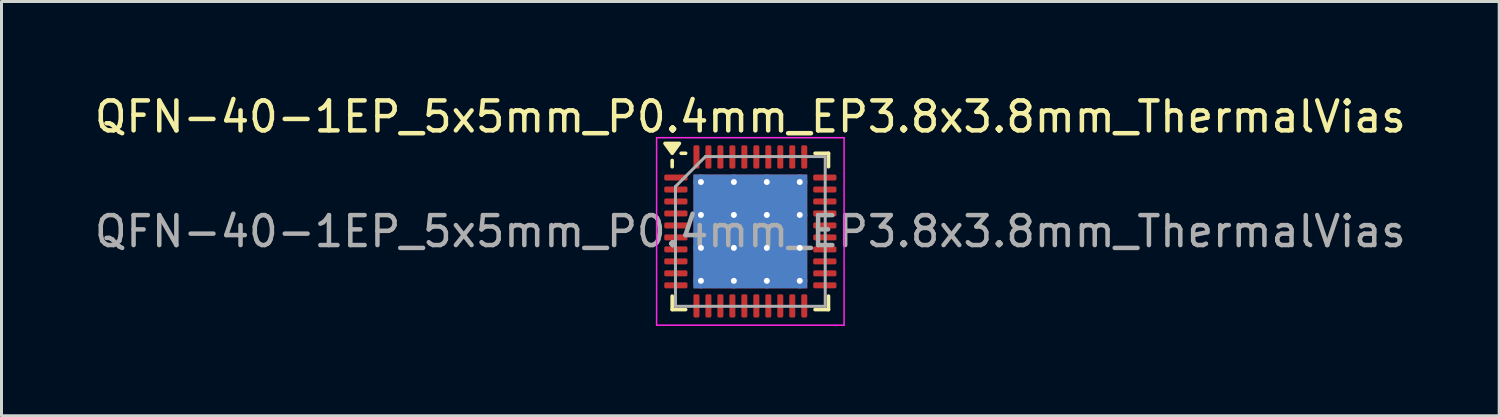
<source format=kicad_pcb>
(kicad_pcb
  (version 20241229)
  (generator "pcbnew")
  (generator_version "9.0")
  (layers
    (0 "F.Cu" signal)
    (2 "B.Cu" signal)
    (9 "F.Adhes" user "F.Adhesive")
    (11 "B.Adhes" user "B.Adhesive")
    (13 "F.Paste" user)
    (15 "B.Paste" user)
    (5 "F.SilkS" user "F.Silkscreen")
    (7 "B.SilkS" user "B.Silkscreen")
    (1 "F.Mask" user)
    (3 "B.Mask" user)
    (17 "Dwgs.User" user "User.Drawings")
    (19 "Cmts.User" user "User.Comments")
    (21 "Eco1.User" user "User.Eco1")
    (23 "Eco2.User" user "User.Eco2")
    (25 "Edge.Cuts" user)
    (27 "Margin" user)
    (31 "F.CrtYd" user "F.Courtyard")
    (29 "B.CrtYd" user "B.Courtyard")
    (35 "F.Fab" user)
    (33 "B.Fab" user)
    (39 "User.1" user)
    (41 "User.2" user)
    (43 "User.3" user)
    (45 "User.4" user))
  (footprint "QFN-40-1EP_5x5mm_P0.4mm_EP3.8x3.8mm_ThermalVias"
    (layer "F.Cu")
    (at 22.006 4.678)
    (property "Reference" "QFN-40-1EP_5x5mm_P0.4mm_EP3.8x3.8mm_ThermalVias" (at 0 -3.83 0) (layer "F.SilkS") (effects (font (size 1 1) (thickness 0.15))))
    (attr smd)
    (fp_line (start -2.61 -2.16) (end -2.61 -2.37) (stroke (width 0.12) (type solid)) (layer "F.SilkS"))
    (fp_line (start -2.61 2.61) (end -2.61 2.16) (stroke (width 0.12) (type solid)) (layer "F.SilkS"))
    (fp_line (start -2.16 -2.61) (end -2.31 -2.61) (stroke (width 0.12) (type solid)) (layer "F.SilkS"))
    (fp_line (start -2.16 2.61) (end -2.61 2.61) (stroke (width 0.12) (type solid)) (layer "F.SilkS"))
    (fp_line (start 2.16 -2.61) (end 2.61 -2.61) (stroke (width 0.12) (type solid)) (layer "F.SilkS"))
    (fp_line (start 2.16 2.61) (end 2.61 2.61) (stroke (width 0.12) (type solid)) (layer "F.SilkS"))
    (fp_line (start 2.61 -2.61) (end 2.61 -2.16) (stroke (width 0.12) (type solid)) (layer "F.SilkS"))
    (fp_line (start 2.61 2.61) (end 2.61 2.16) (stroke (width 0.12) (type solid)) (layer "F.SilkS"))
    (fp_poly (pts (xy -2.61 -2.61) (xy -2.85 -2.94) (xy -2.37 -2.94) (xy -2.61 -2.61)) (stroke (width 0.12) (type solid)) (fill yes) (layer "F.SilkS"))
    (fp_line (start -3.13 -3.13) (end -3.13 3.13) (stroke (width 0.05) (type solid)) (layer "F.CrtYd"))
    (fp_line (start -3.13 3.13) (end 3.13 3.13) (stroke (width 0.05) (type solid)) (layer "F.CrtYd"))
    (fp_line (start 3.13 -3.13) (end -3.13 -3.13) (stroke (width 0.05) (type solid)) (layer "F.CrtYd"))
    (fp_line (start 3.13 3.13) (end 3.13 -3.13) (stroke (width 0.05) (type solid)) (layer "F.CrtYd"))
    (fp_line (start -2.5 -1.5) (end -1.5 -2.5) (stroke (width 0.1) (type solid)) (layer "F.Fab"))
    (fp_line (start -2.5 2.5) (end -2.5 -1.5) (stroke (width 0.1) (type solid)) (layer "F.Fab"))
    (fp_line (start -1.5 -2.5) (end 2.5 -2.5) (stroke (width 0.1) (type solid)) (layer "F.Fab"))
    (fp_line (start 2.5 -2.5) (end 2.5 2.5) (stroke (width 0.1) (type solid)) (layer "F.Fab"))
    (fp_line (start 2.5 2.5) (end -2.5 2.5) (stroke (width 0.1) (type solid)) (layer "F.Fab"))
    (fp_text user "${REFERENCE}" (at 0 0 0) (layer "F.Fab") (effects (font (size 1 1) (thickness 0.15))))
    (pad "" smd custom (at -1.1 -1.1) (size 0.865 0.865) (layers "F.Paste") (options (anchor circle)) (primitives (gr_poly (pts (xy -0.375 -0.279) (xy -0.279 -0.375) (xy 0.279 -0.375) (xy 0.375 -0.279) (xy 0.375 0.279) (xy 0.279 0.375) (xy -0.279 0.375) (xy -0.375 0.279)) (width 0.232) (fill yes))))
    (pad "" smd custom (at -1.1 0) (size 0.865 0.865) (layers "F.Paste") (options (anchor circle)) (primitives (gr_poly (pts (xy -0.375 -0.279) (xy -0.279 -0.375) (xy 0.279 -0.375) (xy 0.375 -0.279) (xy 0.375 0.279) (xy 0.279 0.375) (xy -0.279 0.375) (xy -0.375 0.279)) (width 0.232) (fill yes))))
    (pad "" smd custom (at -1.1 1.1) (size 0.865 0.865) (layers "F.Paste") (options (anchor circle)) (primitives (gr_poly (pts (xy -0.375 -0.279) (xy -0.279 -0.375) (xy 0.279 -0.375) (xy 0.375 -0.279) (xy 0.375 0.279) (xy 0.279 0.375) (xy -0.279 0.375) (xy -0.375 0.279)) (width 0.232) (fill yes))))
    (pad "" smd custom (at 0 -1.1) (size 0.865 0.865) (layers "F.Paste") (options (anchor circle)) (primitives (gr_poly (pts (xy -0.375 -0.279) (xy -0.279 -0.375) (xy 0.279 -0.375) (xy 0.375 -0.279) (xy 0.375 0.279) (xy 0.279 0.375) (xy -0.279 0.375) (xy -0.375 0.279)) (width 0.232) (fill yes))))
    (pad "" smd custom (at 0 0) (size 0.865 0.865) (layers "F.Paste") (options (anchor circle)) (primitives (gr_poly (pts (xy -0.375 -0.279) (xy -0.279 -0.375) (xy 0.279 -0.375) (xy 0.375 -0.279) (xy 0.375 0.279) (xy 0.279 0.375) (xy -0.279 0.375) (xy -0.375 0.279)) (width 0.232) (fill yes))))
    (pad "" smd custom (at 0 1.1) (size 0.865 0.865) (layers "F.Paste") (options (anchor circle)) (primitives (gr_poly (pts (xy -0.375 -0.279) (xy -0.279 -0.375) (xy 0.279 -0.375) (xy 0.375 -0.279) (xy 0.375 0.279) (xy 0.279 0.375) (xy -0.279 0.375) (xy -0.375 0.279)) (width 0.232) (fill yes))))
    (pad "" smd custom (at 1.1 -1.1) (size 0.865 0.865) (layers "F.Paste") (options (anchor circle)) (primitives (gr_poly (pts (xy -0.375 -0.279) (xy -0.279 -0.375) (xy 0.279 -0.375) (xy 0.375 -0.279) (xy 0.375 0.279) (xy 0.279 0.375) (xy -0.279 0.375) (xy -0.375 0.279)) (width 0.232) (fill yes))))
    (pad "" smd custom (at 1.1 0) (size 0.865 0.865) (layers "F.Paste") (options (anchor circle)) (primitives (gr_poly (pts (xy -0.375 -0.279) (xy -0.279 -0.375) (xy 0.279 -0.375) (xy 0.375 -0.279) (xy 0.375 0.279) (xy 0.279 0.375) (xy -0.279 0.375) (xy -0.375 0.279)) (width 0.232) (fill yes))))
    (pad "" smd custom (at 1.1 1.1) (size 0.865 0.865) (layers "F.Paste") (options (anchor circle)) (primitives (gr_poly (pts (xy -0.375 -0.279) (xy -0.279 -0.375) (xy 0.279 -0.375) (xy 0.375 -0.279) (xy 0.375 0.279) (xy 0.279 0.375) (xy -0.279 0.375) (xy -0.375 0.279)) (width 0.232) (fill yes))))
    (pad "1" smd roundrect (at -2.487 -1.8) (size 0.775 0.2) (layers "F.Cu" "F.Mask" "F.Paste") (roundrect_rratio 0.25))
    (pad "2" smd roundrect (at -2.487 -1.4) (size 0.775 0.2) (layers "F.Cu" "F.Mask" "F.Paste") (roundrect_rratio 0.25))
    (pad "3" smd roundrect (at -2.487 -1) (size 0.775 0.2) (layers "F.Cu" "F.Mask" "F.Paste") (roundrect_rratio 0.25))
    (pad "4" smd roundrect (at -2.487 -0.6) (size 0.775 0.2) (layers "F.Cu" "F.Mask" "F.Paste") (roundrect_rratio 0.25))
    (pad "5" smd roundrect (at -2.487 -0.2) (size 0.775 0.2) (layers "F.Cu" "F.Mask" "F.Paste") (roundrect_rratio 0.25))
    (pad "6" smd roundrect (at -2.487 0.2) (size 0.775 0.2) (layers "F.Cu" "F.Mask" "F.Paste") (roundrect_rratio 0.25))
    (pad "7" smd roundrect (at -2.487 0.6) (size 0.775 0.2) (layers "F.Cu" "F.Mask" "F.Paste") (roundrect_rratio 0.25))
    (pad "8" smd roundrect (at -2.487 1) (size 0.775 0.2) (layers "F.Cu" "F.Mask" "F.Paste") (roundrect_rratio 0.25))
    (pad "9" smd roundrect (at -2.487 1.4) (size 0.775 0.2) (layers "F.Cu" "F.Mask" "F.Paste") (roundrect_rratio 0.25))
    (pad "10" smd roundrect (at -2.487 1.8) (size 0.775 0.2) (layers "F.Cu" "F.Mask" "F.Paste") (roundrect_rratio 0.25))
    (pad "11" smd roundrect (at -1.8 2.487) (size 0.2 0.775) (layers "F.Cu" "F.Mask" "F.Paste") (roundrect_rratio 0.25))
    (pad "12" smd roundrect (at -1.4 2.487) (size 0.2 0.775) (layers "F.Cu" "F.Mask" "F.Paste") (roundrect_rratio 0.25))
    (pad "13" smd roundrect (at -1 2.487) (size 0.2 0.775) (layers "F.Cu" "F.Mask" "F.Paste") (roundrect_rratio 0.25))
    (pad "14" smd roundrect (at -0.6 2.487) (size 0.2 0.775) (layers "F.Cu" "F.Mask" "F.Paste") (roundrect_rratio 0.25))
    (pad "15" smd roundrect (at -0.2 2.487) (size 0.2 0.775) (layers "F.Cu" "F.Mask" "F.Paste") (roundrect_rratio 0.25))
    (pad "16" smd roundrect (at 0.2 2.487) (size 0.2 0.775) (layers "F.Cu" "F.Mask" "F.Paste") (roundrect_rratio 0.25))
    (pad "17" smd roundrect (at 0.6 2.487) (size 0.2 0.775) (layers "F.Cu" "F.Mask" "F.Paste") (roundrect_rratio 0.25))
    (pad "18" smd roundrect (at 1 2.487) (size 0.2 0.775) (layers "F.Cu" "F.Mask" "F.Paste") (roundrect_rratio 0.25))
    (pad "19" smd roundrect (at 1.4 2.487) (size 0.2 0.775) (layers "F.Cu" "F.Mask" "F.Paste") (roundrect_rratio 0.25))
    (pad "20" smd roundrect (at 1.8 2.487) (size 0.2 0.775) (layers "F.Cu" "F.Mask" "F.Paste") (roundrect_rratio 0.25))
    (pad "21" smd roundrect (at 2.487 1.8) (size 0.775 0.2) (layers "F.Cu" "F.Mask" "F.Paste") (roundrect_rratio 0.25))
    (pad "22" smd roundrect (at 2.487 1.4) (size 0.775 0.2) (layers "F.Cu" "F.Mask" "F.Paste") (roundrect_rratio 0.25))
    (pad "23" smd roundrect (at 2.487 1) (size 0.775 0.2) (layers "F.Cu" "F.Mask" "F.Paste") (roundrect_rratio 0.25))
    (pad "24" smd roundrect (at 2.487 0.6) (size 0.775 0.2) (layers "F.Cu" "F.Mask" "F.Paste") (roundrect_rratio 0.25))
    (pad "25" smd roundrect (at 2.487 0.2) (size 0.775 0.2) (layers "F.Cu" "F.Mask" "F.Paste") (roundrect_rratio 0.25))
    (pad "26" smd roundrect (at 2.487 -0.2) (size 0.775 0.2) (layers "F.Cu" "F.Mask" "F.Paste") (roundrect_rratio 0.25))
    (pad "27" smd roundrect (at 2.487 -0.6) (size 0.775 0.2) (layers "F.Cu" "F.Mask" "F.Paste") (roundrect_rratio 0.25))
    (pad "28" smd roundrect (at 2.487 -1) (size 0.775 0.2) (layers "F.Cu" "F.Mask" "F.Paste") (roundrect_rratio 0.25))
    (pad "29" smd roundrect (at 2.487 -1.4) (size 0.775 0.2) (layers "F.Cu" "F.Mask" "F.Paste") (roundrect_rratio 0.25))
    (pad "30" smd roundrect (at 2.487 -1.8) (size 0.775 0.2) (layers "F.Cu" "F.Mask" "F.Paste") (roundrect_rratio 0.25))
    (pad "31" smd roundrect (at 1.8 -2.487) (size 0.2 0.775) (layers "F.Cu" "F.Mask" "F.Paste") (roundrect_rratio 0.25))
    (pad "32" smd roundrect (at 1.4 -2.487) (size 0.2 0.775) (layers "F.Cu" "F.Mask" "F.Paste") (roundrect_rratio 0.25))
    (pad "33" smd roundrect (at 1 -2.487) (size 0.2 0.775) (layers "F.Cu" "F.Mask" "F.Paste") (roundrect_rratio 0.25))
    (pad "34" smd roundrect (at 0.6 -2.487) (size 0.2 0.775) (layers "F.Cu" "F.Mask" "F.Paste") (roundrect_rratio 0.25))
    (pad "35" smd roundrect (at 0.2 -2.487) (size 0.2 0.775) (layers "F.Cu" "F.Mask" "F.Paste") (roundrect_rratio 0.25))
    (pad "36" smd roundrect (at -0.2 -2.487) (size 0.2 0.775) (layers "F.Cu" "F.Mask" "F.Paste") (roundrect_rratio 0.25))
    (pad "37" smd roundrect (at -0.6 -2.487) (size 0.2 0.775) (layers "F.Cu" "F.Mask" "F.Paste") (roundrect_rratio 0.25))
    (pad "38" smd roundrect (at -1 -2.487) (size 0.2 0.775) (layers "F.Cu" "F.Mask" "F.Paste") (roundrect_rratio 0.25))
    (pad "39" smd roundrect (at -1.4 -2.487) (size 0.2 0.775) (layers "F.Cu" "F.Mask" "F.Paste") (roundrect_rratio 0.25))
    (pad "40" smd roundrect (at -1.8 -2.487) (size 0.2 0.775) (layers "F.Cu" "F.Mask" "F.Paste") (roundrect_rratio 0.25))
    (pad "41" thru_hole circle (at -1.65 -1.65) (size 0.5 0.5) (drill 0.2) (property pad_prop_heatsink) (layers "*.Cu"))
    (pad "41" thru_hole circle (at -1.65 -0.55) (size 0.5 0.5) (drill 0.2) (property pad_prop_heatsink) (layers "*.Cu"))
    (pad "41" thru_hole circle (at -1.65 0.55) (size 0.5 0.5) (drill 0.2) (property pad_prop_heatsink) (layers "*.Cu"))
    (pad "41" thru_hole circle (at -1.65 1.65) (size 0.5 0.5) (drill 0.2) (property pad_prop_heatsink) (layers "*.Cu"))
    (pad "41" thru_hole circle (at -0.55 -1.65) (size 0.5 0.5) (drill 0.2) (property pad_prop_heatsink) (layers "*.Cu"))
    (pad "41" thru_hole circle (at -0.55 -0.55) (size 0.5 0.5) (drill 0.2) (property pad_prop_heatsink) (layers "*.Cu"))
    (pad "41" thru_hole circle (at -0.55 0.55) (size 0.5 0.5) (drill 0.2) (property pad_prop_heatsink) (layers "*.Cu"))
    (pad "41" thru_hole circle (at -0.55 1.65) (size 0.5 0.5) (drill 0.2) (property pad_prop_heatsink) (layers "*.Cu"))
    (pad "41" smd rect (at 0 0) (size 3.8 3.8) (property pad_prop_heatsink) (layers "F.Cu" "F.Mask"))
    (pad "41" smd rect (at 0 0) (size 3.8 3.8) (property pad_prop_heatsink) (layers "B.Cu"))
    (pad "41" thru_hole circle (at 0.55 -1.65) (size 0.5 0.5) (drill 0.2) (property pad_prop_heatsink) (layers "*.Cu"))
    (pad "41" thru_hole circle (at 0.55 -0.55) (size 0.5 0.5) (drill 0.2) (property pad_prop_heatsink) (layers "*.Cu"))
    (pad "41" thru_hole circle (at 0.55 0.55) (size 0.5 0.5) (drill 0.2) (property pad_prop_heatsink) (layers "*.Cu"))
    (pad "41" thru_hole circle (at 0.55 1.65) (size 0.5 0.5) (drill 0.2) (property pad_prop_heatsink) (layers "*.Cu"))
    (pad "41" thru_hole circle (at 1.65 -1.65) (size 0.5 0.5) (drill 0.2) (property pad_prop_heatsink) (layers "*.Cu"))
    (pad "41" thru_hole circle (at 1.65 -0.55) (size 0.5 0.5) (drill 0.2) (property pad_prop_heatsink) (layers "*.Cu"))
    (pad "41" thru_hole circle (at 1.65 0.55) (size 0.5 0.5) (drill 0.2) (property pad_prop_heatsink) (layers "*.Cu"))
    (pad "41" thru_hole circle (at 1.65 1.65) (size 0.5 0.5) (drill 0.2) (property pad_prop_heatsink) (layers "*.Cu")))
  (gr_rect
    (start -3 -3)
    (end 47.012 10.833)
    (stroke (width 0.1) (type default))
    (fill no)
    (layer "Edge.Cuts")))
</source>
